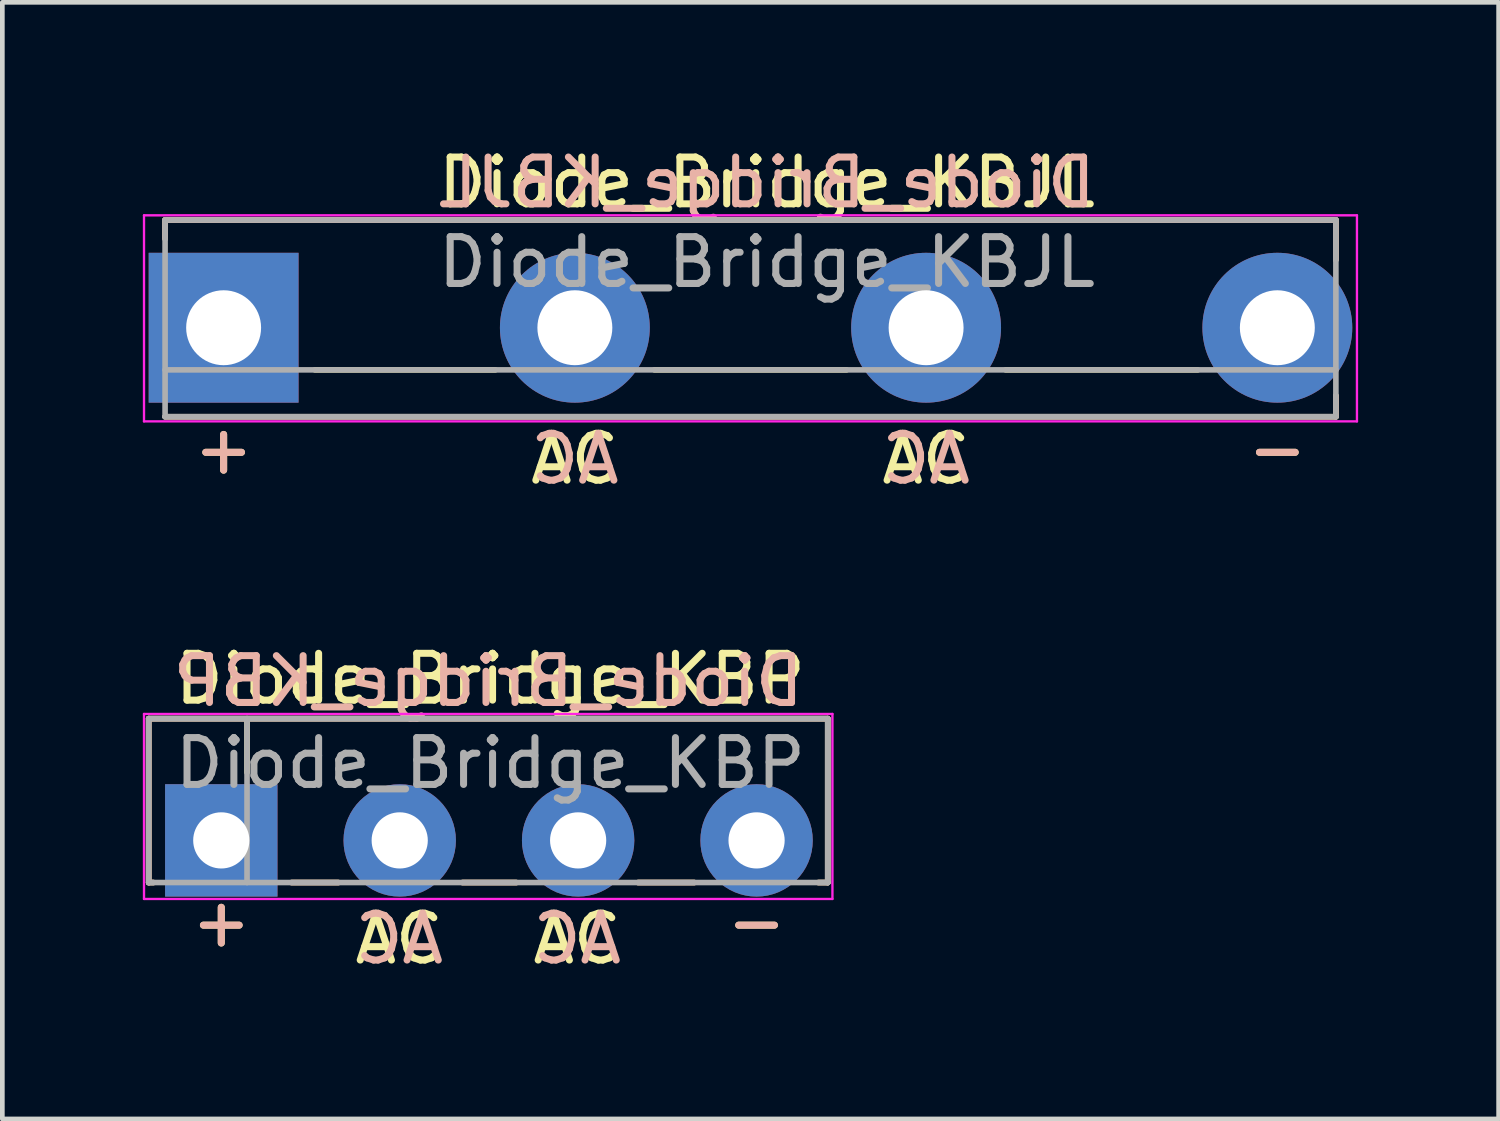
<source format=kicad_pcb>
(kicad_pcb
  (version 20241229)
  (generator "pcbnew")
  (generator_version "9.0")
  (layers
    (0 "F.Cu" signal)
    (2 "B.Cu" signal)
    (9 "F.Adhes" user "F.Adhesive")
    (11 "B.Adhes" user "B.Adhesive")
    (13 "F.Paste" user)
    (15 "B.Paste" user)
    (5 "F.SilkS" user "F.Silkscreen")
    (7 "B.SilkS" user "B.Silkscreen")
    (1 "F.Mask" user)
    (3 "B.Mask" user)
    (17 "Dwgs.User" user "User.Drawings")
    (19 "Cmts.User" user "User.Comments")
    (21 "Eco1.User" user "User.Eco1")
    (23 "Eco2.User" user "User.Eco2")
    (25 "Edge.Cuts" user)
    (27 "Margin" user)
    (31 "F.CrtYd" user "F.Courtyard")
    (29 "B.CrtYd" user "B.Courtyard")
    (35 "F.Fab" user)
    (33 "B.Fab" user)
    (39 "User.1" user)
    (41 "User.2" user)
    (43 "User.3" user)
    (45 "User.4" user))
  (footprint "Diode_Bridge_KBP"
    (layer "F.Cu")
    (at 1.675 14.895)
    (property "Reference" "Diode_Bridge_KBP" (at 5.745 -3.45 0) (layer "F.SilkS") (effects (font (size 1 1) (thickness 0.15))))
    (fp_line (start -1.55 -2.6) (end 12.95 -2.6) (stroke (width 0.12) (type solid)) (layer "F.SilkS"))
    (fp_line (start -1.55 0.9) (end -1.55 -2.6) (stroke (width 0.12) (type solid)) (layer "F.SilkS"))
    (fp_line (start -1.45 0.9) (end -1.55 0.9) (stroke (width 0.12) (type solid)) (layer "F.SilkS"))
    (fp_line (start 0.55 -2.6) (end 0.55 -1.45) (stroke (width 0.12) (type solid)) (layer "F.SilkS"))
    (fp_line (start 2.5 0.9) (end 1.5 0.9) (stroke (width 0.12) (type solid)) (layer "F.SilkS"))
    (fp_line (start 6.3 0.9) (end 5.15 0.9) (stroke (width 0.12) (type solid)) (layer "F.SilkS"))
    (fp_line (start 10.1 0.9) (end 8.9 0.9) (stroke (width 0.12) (type solid)) (layer "F.SilkS"))
    (fp_line (start 12.95 -2.6) (end 12.95 0.9) (stroke (width 0.12) (type solid)) (layer "F.SilkS"))
    (fp_line (start 12.95 0.9) (end 12.75 0.9) (stroke (width 0.12) (type solid)) (layer "F.SilkS"))
    (fp_line (start -1.55 -2.6) (end 12.95 -2.6) (stroke (width 0.12) (type solid)) (layer "B.SilkS"))
    (fp_line (start -1.55 0.9) (end -1.55 -2.6) (stroke (width 0.12) (type solid)) (layer "B.SilkS"))
    (fp_line (start -1.45 0.9) (end -1.55 0.9) (stroke (width 0.12) (type solid)) (layer "B.SilkS"))
    (fp_line (start 2.5 0.9) (end 1.5 0.9) (stroke (width 0.12) (type solid)) (layer "B.SilkS"))
    (fp_line (start 6.3 0.9) (end 5.15 0.9) (stroke (width 0.12) (type solid)) (layer "B.SilkS"))
    (fp_line (start 10.1 0.9) (end 8.9 0.9) (stroke (width 0.12) (type solid)) (layer "B.SilkS"))
    (fp_line (start 12.95 -2.6) (end 12.95 0.9) (stroke (width 0.12) (type solid)) (layer "B.SilkS"))
    (fp_line (start 12.95 0.9) (end 12.75 0.9) (stroke (width 0.12) (type solid)) (layer "B.SilkS"))
    (fp_line (start -1.65 -2.7) (end -1.65 1.25) (stroke (width 0.05) (type solid)) (layer "F.CrtYd"))
    (fp_line (start -1.65 1.25) (end 13.05 1.25) (stroke (width 0.05) (type solid)) (layer "F.CrtYd"))
    (fp_line (start 13.05 -2.7) (end -1.65 -2.7) (stroke (width 0.05) (type solid)) (layer "F.CrtYd"))
    (fp_line (start 13.05 1.25) (end 13.05 -2.7) (stroke (width 0.05) (type solid)) (layer "F.CrtYd"))
    (fp_line (start -1.55 -2.6) (end 12.95 -2.6) (stroke (width 0.12) (type solid)) (layer "F.Fab"))
    (fp_line (start -1.55 0.9) (end -1.55 -2.6) (stroke (width 0.12) (type solid)) (layer "F.Fab"))
    (fp_line (start 0.55 -2.6) (end 0.55 0.9) (stroke (width 0.12) (type solid)) (layer "F.Fab"))
    (fp_line (start 12.95 -2.6) (end 12.95 0.9) (stroke (width 0.12) (type solid)) (layer "F.Fab"))
    (fp_line (start 12.95 0.9) (end -1.55 0.9) (stroke (width 0.12) (type solid)) (layer "F.Fab"))
    (fp_text user "AC" (at 7.6 2.1 0) (layer "F.SilkS") (effects (font (size 1 1) (thickness 0.15))))
    (fp_text user "AC" (at 3.8 2.1 0) (layer "F.SilkS") (effects (font (size 1 1) (thickness 0.15))))
    (fp_text user "+" (at 0 1.736 0) (layer "F.SilkS") (effects (font (size 1 1) (thickness 0.15))))
    (fp_text user "-" (at 11.43 1.736 0) (layer "F.SilkS") (effects (font (size 1 1) (thickness 0.15))))
    (fp_text user "AC" (at 7.6 2.1 0) (layer "B.SilkS") (effects (font (size 1 1) (thickness 0.15)) (justify mirror)))
    (fp_text user "AC" (at 3.8 2.1 0) (layer "B.SilkS") (effects (font (size 1 1) (thickness 0.15)) (justify mirror)))
    (fp_text user "-" (at 11.43 1.736 0) (layer "B.SilkS") (effects (font (size 1 1) (thickness 0.15)) (justify mirror)))
    (fp_text user "+" (at 0 1.736 0) (layer "B.SilkS") (effects (font (size 1 1) (thickness 0.15)) (justify mirror)))
    (fp_text user "${REFERENCE}" (at 5.7 -3.4 0) (layer "B.SilkS") (effects (font (size 1 1) (thickness 0.15)) (justify mirror)))
    (fp_text user "${REFERENCE}" (at 5.745 -1.65 0) (layer "F.Fab") (effects (font (size 1 1) (thickness 0.15))))
    (pad "1" thru_hole rect (at 0 0 180) (size 2.4 2.4) (drill 1.2) (layers "*.Cu" "*.Mask"))
    (pad "2" thru_hole circle (at 3.81 0 180) (size 2.4 2.4) (drill 1.2) (layers "*.Cu" "*.Mask"))
    (pad "3" thru_hole circle (at 7.62 0 180) (size 2.4 2.4) (drill 1.2) (layers "*.Cu" "*.Mask"))
    (pad "4" thru_hole circle (at 11.43 0 180) (size 2.4 2.4) (drill 1.2) (layers "*.Cu" "*.Mask")))
  (footprint "Diode_Bridge_KBJL"
    (layer "F.Cu")
    (at 1.725 3.948)
    (property "Reference" "Diode_Bridge_KBJL" (at 11.6 -3.1 0) (layer "F.SilkS") (effects (font (size 1 1) (thickness 0.15))))
    (fp_line (start -1.25 -2.3) (end -1.25 -1.9) (stroke (width 0.12) (type solid)) (layer "F.SilkS"))
    (fp_line (start -1.25 -2.3) (end 23.75 -2.3) (stroke (width 0.12) (type solid)) (layer "F.SilkS"))
    (fp_line (start 1.95 0.9) (end 5.8 0.9) (stroke (width 0.12) (type solid)) (layer "F.SilkS"))
    (fp_line (start 9.2 0.9) (end 13.3 0.9) (stroke (width 0.12) (type solid)) (layer "F.SilkS"))
    (fp_line (start 16.7 0.9) (end 20.8 0.9) (stroke (width 0.12) (type solid)) (layer "F.SilkS"))
    (fp_line (start 23.75 -2.3) (end 23.75 -1.45) (stroke (width 0.12) (type solid)) (layer "F.SilkS"))
    (fp_line (start 23.75 1.45) (end 23.75 1.9) (stroke (width 0.12) (type solid)) (layer "F.SilkS"))
    (fp_line (start 23.75 1.9) (end -1.25 1.9) (stroke (width 0.12) (type solid)) (layer "F.SilkS"))
    (fp_line (start -1.25 -2.3) (end -1.25 -1.9) (stroke (width 0.12) (type solid)) (layer "B.SilkS"))
    (fp_line (start -1.25 -2.3) (end 23.75 -2.3) (stroke (width 0.12) (type solid)) (layer "B.SilkS"))
    (fp_line (start 23.75 -2.3) (end 23.75 -1.45) (stroke (width 0.12) (type solid)) (layer "B.SilkS"))
    (fp_line (start 23.75 1.45) (end 23.75 1.9) (stroke (width 0.12) (type solid)) (layer "B.SilkS"))
    (fp_line (start 23.75 1.9) (end -1.25 1.9) (stroke (width 0.12) (type solid)) (layer "B.SilkS"))
    (fp_line (start -1.7 -2.4) (end -1.7 2) (stroke (width 0.05) (type solid)) (layer "F.CrtYd"))
    (fp_line (start -1.7 2) (end 24.2 2) (stroke (width 0.05) (type solid)) (layer "F.CrtYd"))
    (fp_line (start 24.2 -2.4) (end -1.7 -2.4) (stroke (width 0.05) (type solid)) (layer "F.CrtYd"))
    (fp_line (start 24.2 2) (end 24.2 -2.4) (stroke (width 0.05) (type solid)) (layer "F.CrtYd"))
    (fp_line (start -1.25 -2.3) (end -1.25 1.9) (stroke (width 0.12) (type solid)) (layer "F.Fab"))
    (fp_line (start -1.25 0.9) (end 23.75 0.9) (stroke (width 0.12) (type solid)) (layer "F.Fab"))
    (fp_line (start -1.25 1.9) (end 23.75 1.9) (stroke (width 0.12) (type solid)) (layer "F.Fab"))
    (fp_line (start 23.75 -2.3) (end -1.25 -2.3) (stroke (width 0.12) (type solid)) (layer "F.Fab"))
    (fp_line (start 23.75 1.9) (end 23.75 -2.3) (stroke (width 0.12) (type solid)) (layer "F.Fab"))
    (fp_text user "-" (at 22.5 2.586 0) (layer "F.SilkS") (effects (font (size 1 1) (thickness 0.15))))
    (fp_text user "+" (at 0 2.586 0) (layer "F.SilkS") (effects (font (size 1 1) (thickness 0.15))))
    (fp_text user "AC" (at 7.5 2.8 0) (layer "F.SilkS") (effects (font (size 1 1) (thickness 0.15))))
    (fp_text user "AC" (at 15 2.8 0) (layer "F.SilkS") (effects (font (size 1 1) (thickness 0.15))))
    (fp_text user "${REFERENCE}" (at 11.6 -3.1 0) (layer "B.SilkS") (effects (font (size 1 1) (thickness 0.15)) (justify mirror)))
    (fp_text user "AC" (at 15 2.8 0) (layer "B.SilkS") (effects (font (size 1 1) (thickness 0.15)) (justify mirror)))
    (fp_text user "+" (at 0 2.586 0) (layer "B.SilkS") (effects (font (size 1 1) (thickness 0.15)) (justify mirror)))
    (fp_text user "AC" (at 7.5 2.8 0) (layer "B.SilkS") (effects (font (size 1 1) (thickness 0.15)) (justify mirror)))
    (fp_text user "-" (at 22.5 2.586 0) (layer "B.SilkS") (effects (font (size 1 1) (thickness 0.15)) (justify mirror)))
    (fp_text user "${REFERENCE}" (at 11.6 -1.4 0) (layer "F.Fab") (effects (font (size 1 1) (thickness 0.15))))
    (pad "1" thru_hole rect (at 0 0 180) (size 3.2 3.2) (drill 1.6) (layers "*.Cu" "*.Mask"))
    (pad "2" thru_hole circle (at 7.5 0 180) (size 3.2 3.2) (drill 1.6) (layers "*.Cu" "*.Mask"))
    (pad "3" thru_hole circle (at 15 0 180) (size 3.2 3.2) (drill 1.6) (layers "*.Cu" "*.Mask"))
    (pad "4" thru_hole circle (at 22.5 0 180) (size 3.2 3.2) (drill 1.6) (layers "*.Cu" "*.Mask")))
  (gr_rect
    (start -3 -3)
    (end 28.95 20.843)
    (stroke (width 0.1) (type default))
    (fill no)
    (layer "Edge.Cuts")))
</source>
